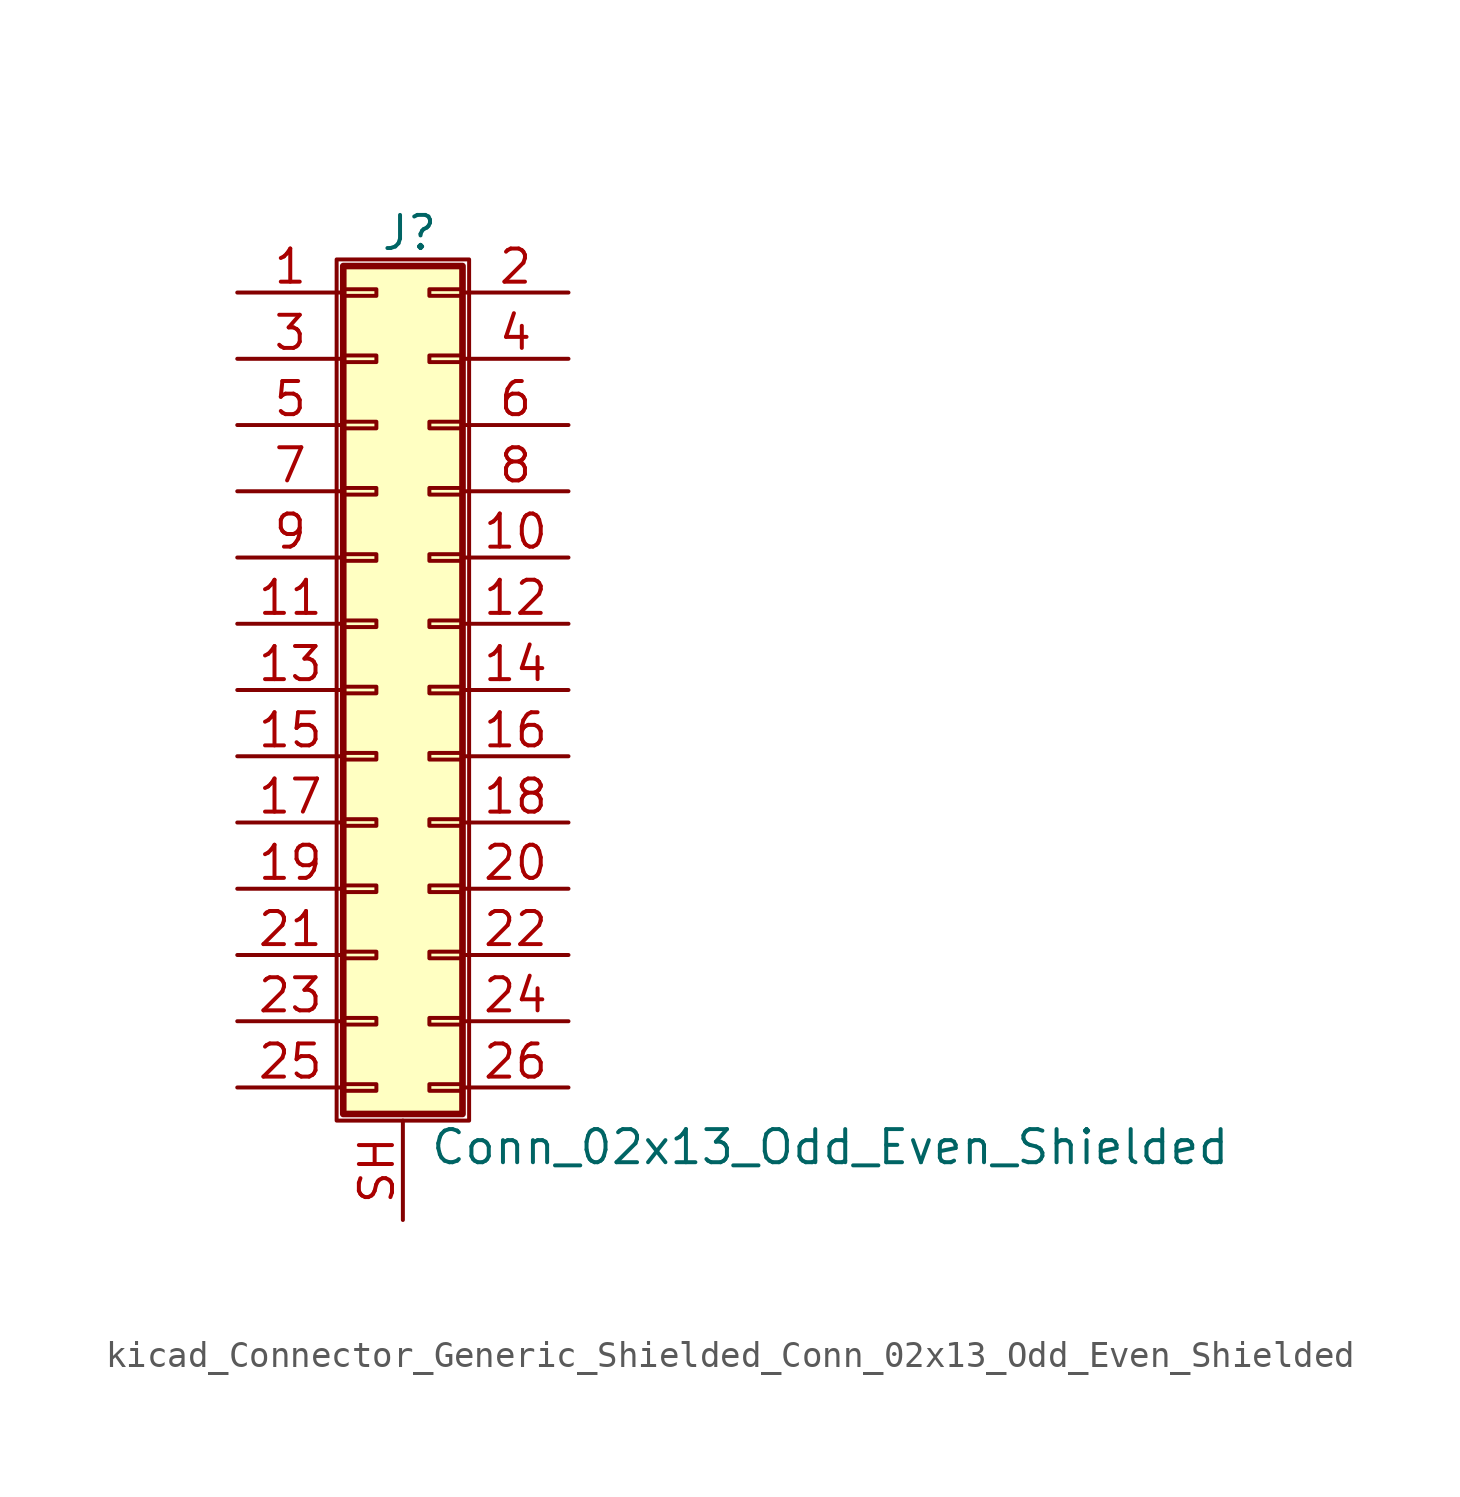
<source format=kicad_sym>
(kicad_symbol_lib
  (version 20220914)
  (generator kicad_symbol_editor)
  (symbol "kicad_Connector_Generic_Shielded_Conn_02x13_Odd_Even_Shielded"
    (pin_names
      (offset 1.016) hide)
    (property "Reference" "J"
      (at 1.524 17.526 0)
      (effects (font (size 1.27 1.27))))
    (property "Value" "Conn_02x13_Odd_Even_Shielded"
      (at 2.286 -17.526 0)
      (effects (font (size 1.27 1.27)) (justify left)))
    (symbol "kicad_Connector_Generic_Shielded_Conn_02x13_Odd_Even_Shielded_1_1"
      (rectangle (start -1.27 16.51) (end 3.81 -16.51) (stroke (width 0.152) (type default)) (fill (type none)))
      (rectangle (start -1.016 -15.113) (end 0.254 -15.367) (stroke (width 0.152) (type default)) (fill (type none)))
      (rectangle (start -1.016 -12.573) (end 0.254 -12.827) (stroke (width 0.152) (type default)) (fill (type none)))
      (rectangle (start -1.016 -10.033) (end 0.254 -10.287) (stroke (width 0.152) (type default)) (fill (type none)))
      (rectangle (start -1.016 -7.493) (end 0.254 -7.747) (stroke (width 0.152) (type default)) (fill (type none)))
      (rectangle (start -1.016 -4.953) (end 0.254 -5.207) (stroke (width 0.152) (type default)) (fill (type none)))
      (rectangle (start -1.016 -2.413) (end 0.254 -2.667) (stroke (width 0.152) (type default)) (fill (type none)))
      (rectangle (start -1.016 0.127) (end 0.254 -0.127) (stroke (width 0.152) (type default)) (fill (type none)))
      (rectangle (start -1.016 2.667) (end 0.254 2.413) (stroke (width 0.152) (type default)) (fill (type none)))
      (rectangle (start -1.016 5.207) (end 0.254 4.953) (stroke (width 0.152) (type default)) (fill (type none)))
      (rectangle (start -1.016 7.747) (end 0.254 7.493) (stroke (width 0.152) (type default)) (fill (type none)))
      (rectangle (start -1.016 10.287) (end 0.254 10.033) (stroke (width 0.152) (type default)) (fill (type none)))
      (rectangle (start -1.016 12.827) (end 0.254 12.573) (stroke (width 0.152) (type default)) (fill (type none)))
      (rectangle (start -1.016 15.367) (end 0.254 15.113) (stroke (width 0.152) (type default)) (fill (type none)))
      (rectangle (start -1.016 16.256) (end 3.556 -16.256) (stroke (width 0.254) (type default)) (fill (type background)))
      (rectangle (start 3.556 -15.113) (end 2.286 -15.367) (stroke (width 0.152) (type default)) (fill (type none)))
      (rectangle (start 3.556 -12.573) (end 2.286 -12.827) (stroke (width 0.152) (type default)) (fill (type none)))
      (rectangle (start 3.556 -10.033) (end 2.286 -10.287) (stroke (width 0.152) (type default)) (fill (type none)))
      (rectangle (start 3.556 -7.493) (end 2.286 -7.747) (stroke (width 0.152) (type default)) (fill (type none)))
      (rectangle (start 3.556 -4.953) (end 2.286 -5.207) (stroke (width 0.152) (type default)) (fill (type none)))
      (rectangle (start 3.556 -2.413) (end 2.286 -2.667) (stroke (width 0.152) (type default)) (fill (type none)))
      (rectangle (start 3.556 0.127) (end 2.286 -0.127) (stroke (width 0.152) (type default)) (fill (type none)))
      (rectangle (start 3.556 2.667) (end 2.286 2.413) (stroke (width 0.152) (type default)) (fill (type none)))
      (rectangle (start 3.556 5.207) (end 2.286 4.953) (stroke (width 0.152) (type default)) (fill (type none)))
      (rectangle (start 3.556 7.747) (end 2.286 7.493) (stroke (width 0.152) (type default)) (fill (type none)))
      (rectangle (start 3.556 10.287) (end 2.286 10.033) (stroke (width 0.152) (type default)) (fill (type none)))
      (rectangle (start 3.556 12.827) (end 2.286 12.573) (stroke (width 0.152) (type default)) (fill (type none)))
      (rectangle (start 3.556 15.367) (end 2.286 15.113) (stroke (width 0.152) (type default)) (fill (type none)))
      (pin passive line (at -5.08 15.24 0) (length 4.064) (name "Pin_1" (effects (font (size 1.27 1.27)))) (number "1" (effects (font (size 1.27 1.27)))))
      (pin passive line (at 7.62 5.08 180) (length 4.064) (name "Pin_10" (effects (font (size 1.27 1.27)))) (number "10" (effects (font (size 1.27 1.27)))))
      (pin passive line (at -5.08 2.54 0) (length 4.064) (name "Pin_11" (effects (font (size 1.27 1.27)))) (number "11" (effects (font (size 1.27 1.27)))))
      (pin passive line (at 7.62 2.54 180) (length 4.064) (name "Pin_12" (effects (font (size 1.27 1.27)))) (number "12" (effects (font (size 1.27 1.27)))))
      (pin passive line (at -5.08 0 0) (length 4.064) (name "Pin_13" (effects (font (size 1.27 1.27)))) (number "13" (effects (font (size 1.27 1.27)))))
      (pin passive line (at 7.62 0 180) (length 4.064) (name "Pin_14" (effects (font (size 1.27 1.27)))) (number "14" (effects (font (size 1.27 1.27)))))
      (pin passive line (at -5.08 -2.54 0) (length 4.064) (name "Pin_15" (effects (font (size 1.27 1.27)))) (number "15" (effects (font (size 1.27 1.27)))))
      (pin passive line (at 7.62 -2.54 180) (length 4.064) (name "Pin_16" (effects (font (size 1.27 1.27)))) (number "16" (effects (font (size 1.27 1.27)))))
      (pin passive line (at -5.08 -5.08 0) (length 4.064) (name "Pin_17" (effects (font (size 1.27 1.27)))) (number "17" (effects (font (size 1.27 1.27)))))
      (pin passive line (at 7.62 -5.08 180) (length 4.064) (name "Pin_18" (effects (font (size 1.27 1.27)))) (number "18" (effects (font (size 1.27 1.27)))))
      (pin passive line (at -5.08 -7.62 0) (length 4.064) (name "Pin_19" (effects (font (size 1.27 1.27)))) (number "19" (effects (font (size 1.27 1.27)))))
      (pin passive line (at 7.62 15.24 180) (length 4.064) (name "Pin_2" (effects (font (size 1.27 1.27)))) (number "2" (effects (font (size 1.27 1.27)))))
      (pin passive line (at 7.62 -7.62 180) (length 4.064) (name "Pin_20" (effects (font (size 1.27 1.27)))) (number "20" (effects (font (size 1.27 1.27)))))
      (pin passive line (at -5.08 -10.16 0) (length 4.064) (name "Pin_21" (effects (font (size 1.27 1.27)))) (number "21" (effects (font (size 1.27 1.27)))))
      (pin passive line (at 7.62 -10.16 180) (length 4.064) (name "Pin_22" (effects (font (size 1.27 1.27)))) (number "22" (effects (font (size 1.27 1.27)))))
      (pin passive line (at -5.08 -12.7 0) (length 4.064) (name "Pin_23" (effects (font (size 1.27 1.27)))) (number "23" (effects (font (size 1.27 1.27)))))
      (pin passive line (at 7.62 -12.7 180) (length 4.064) (name "Pin_24" (effects (font (size 1.27 1.27)))) (number "24" (effects (font (size 1.27 1.27)))))
      (pin passive line (at -5.08 -15.24 0) (length 4.064) (name "Pin_25" (effects (font (size 1.27 1.27)))) (number "25" (effects (font (size 1.27 1.27)))))
      (pin passive line (at 7.62 -15.24 180) (length 4.064) (name "Pin_26" (effects (font (size 1.27 1.27)))) (number "26" (effects (font (size 1.27 1.27)))))
      (pin passive line (at -5.08 12.7 0) (length 4.064) (name "Pin_3" (effects (font (size 1.27 1.27)))) (number "3" (effects (font (size 1.27 1.27)))))
      (pin passive line (at 7.62 12.7 180) (length 4.064) (name "Pin_4" (effects (font (size 1.27 1.27)))) (number "4" (effects (font (size 1.27 1.27)))))
      (pin passive line (at -5.08 10.16 0) (length 4.064) (name "Pin_5" (effects (font (size 1.27 1.27)))) (number "5" (effects (font (size 1.27 1.27)))))
      (pin passive line (at 7.62 10.16 180) (length 4.064) (name "Pin_6" (effects (font (size 1.27 1.27)))) (number "6" (effects (font (size 1.27 1.27)))))
      (pin passive line (at -5.08 7.62 0) (length 4.064) (name "Pin_7" (effects (font (size 1.27 1.27)))) (number "7" (effects (font (size 1.27 1.27)))))
      (pin passive line (at 7.62 7.62 180) (length 4.064) (name "Pin_8" (effects (font (size 1.27 1.27)))) (number "8" (effects (font (size 1.27 1.27)))))
      (pin passive line (at -5.08 5.08 0) (length 4.064) (name "Pin_9" (effects (font (size 1.27 1.27)))) (number "9" (effects (font (size 1.27 1.27)))))
      (pin passive line (at 1.27 -20.32 90) (length 3.81) (name "Shield" (effects (font (size 1.27 1.27)))) (number "SH" (effects (font (size 1.27 1.27))))))))
</source>
